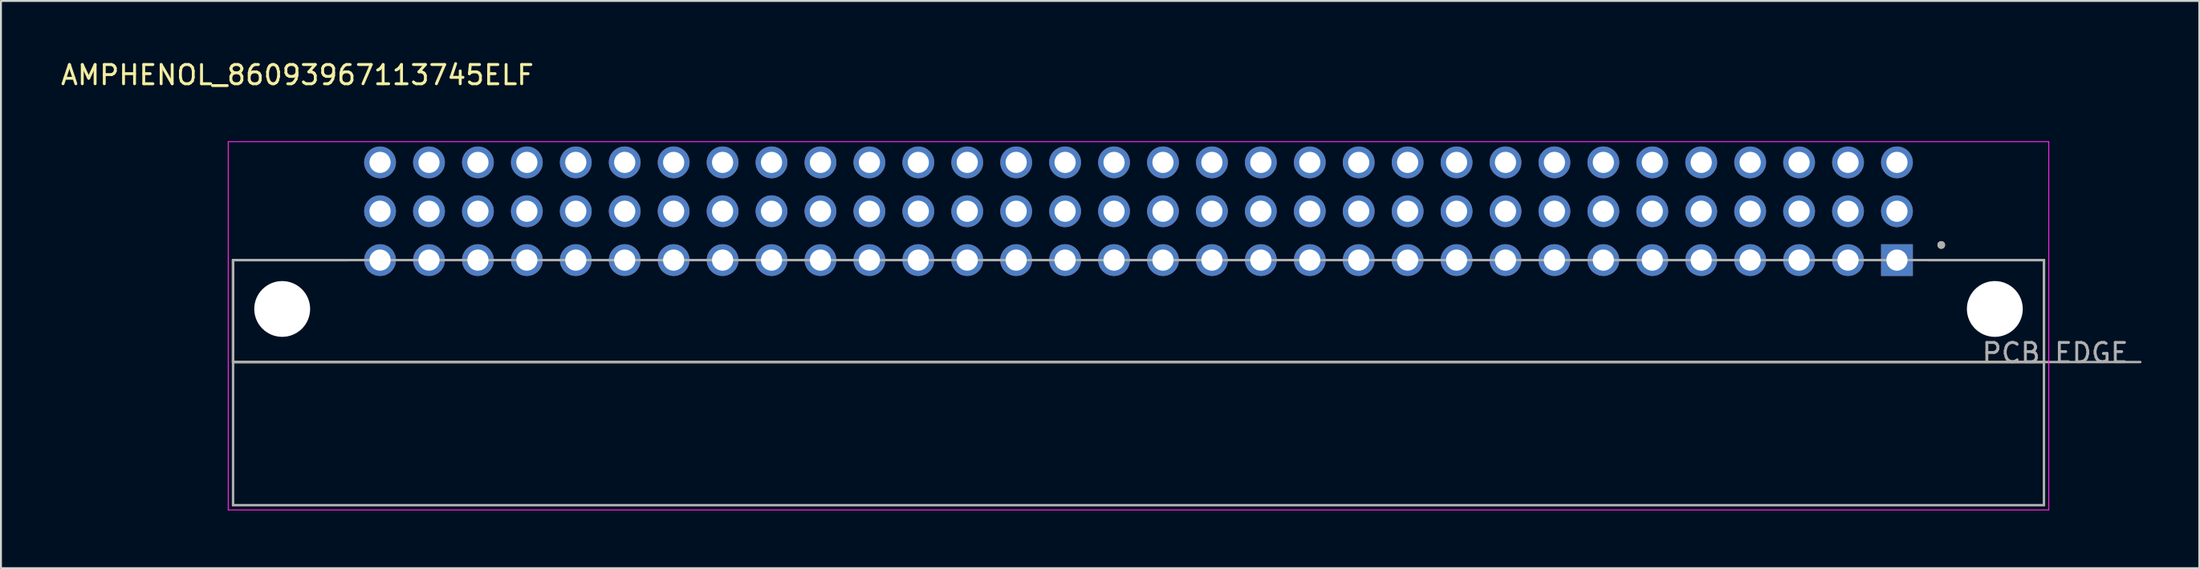
<source format=kicad_pcb>
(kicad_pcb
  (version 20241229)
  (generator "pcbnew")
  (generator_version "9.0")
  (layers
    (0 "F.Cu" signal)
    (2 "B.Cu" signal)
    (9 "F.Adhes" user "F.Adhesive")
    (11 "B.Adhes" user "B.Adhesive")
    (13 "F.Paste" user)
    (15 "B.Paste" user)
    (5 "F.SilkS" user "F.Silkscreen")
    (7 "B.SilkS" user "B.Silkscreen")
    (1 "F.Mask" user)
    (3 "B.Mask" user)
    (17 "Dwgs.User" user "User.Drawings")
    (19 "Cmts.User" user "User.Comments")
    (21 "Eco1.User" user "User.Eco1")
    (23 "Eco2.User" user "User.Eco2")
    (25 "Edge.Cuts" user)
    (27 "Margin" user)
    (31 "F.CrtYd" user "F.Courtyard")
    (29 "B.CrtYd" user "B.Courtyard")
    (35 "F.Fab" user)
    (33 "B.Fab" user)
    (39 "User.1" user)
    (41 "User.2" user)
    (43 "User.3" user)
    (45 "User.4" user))
  (footprint "AMPHENOL_86093967113745ELF"
    (layer "F.Cu")
    (at 16.678 5.392)
    (property "Reference" "AMPHENOL_86093967113745ELF" (at -4.291 -4.543 0) (layer "F.SilkS") (effects (font (size 1 1) (thickness 0.15))))
    (attr through_hole)
    (fp_line (start -7.63 5.08) (end -1.63 5.08) (stroke (width 0.127) (type solid)) (layer "F.SilkS"))
    (fp_line (start -7.63 10.38) (end -7.63 5.08) (stroke (width 0.127) (type solid)) (layer "F.SilkS"))
    (fp_line (start 86.37 5.08) (end 80.37 5.08) (stroke (width 0.127) (type solid)) (layer "F.SilkS"))
    (fp_line (start 86.37 5.08) (end 86.37 10.38) (stroke (width 0.127) (type solid)) (layer "F.SilkS"))
    (fp_line (start 86.37 10.38) (end -7.63 10.38) (stroke (width 0.127) (type solid)) (layer "F.SilkS"))
    (fp_circle (center 81.039 4.293) (end 81.139 4.293) (stroke (width 0.2) (type solid)) (fill no) (layer "F.SilkS"))
    (fp_line (start -7.88 -1.08) (end -7.88 18.07) (stroke (width 0.05) (type solid)) (layer "F.CrtYd"))
    (fp_line (start -7.88 18.07) (end 86.62 18.07) (stroke (width 0.05) (type solid)) (layer "F.CrtYd"))
    (fp_line (start 86.62 -1.08) (end -7.88 -1.08) (stroke (width 0.05) (type solid)) (layer "F.CrtYd"))
    (fp_line (start 86.62 18.07) (end 86.62 -1.08) (stroke (width 0.05) (type solid)) (layer "F.CrtYd"))
    (fp_line (start -7.63 5.08) (end 86.37 5.08) (stroke (width 0.127) (type solid)) (layer "F.Fab"))
    (fp_line (start -7.63 10.38) (end -7.63 5.08) (stroke (width 0.127) (type solid)) (layer "F.Fab"))
    (fp_line (start -7.63 10.38) (end -7.63 17.82) (stroke (width 0.127) (type solid)) (layer "F.Fab"))
    (fp_line (start -7.63 17.82) (end 86.37 17.82) (stroke (width 0.127) (type solid)) (layer "F.Fab"))
    (fp_line (start 86.37 5.08) (end 86.37 10.38) (stroke (width 0.127) (type solid)) (layer "F.Fab"))
    (fp_line (start 86.37 10.38) (end -7.63 10.38) (stroke (width 0.127) (type solid)) (layer "F.Fab"))
    (fp_line (start 86.37 10.38) (end 91.37 10.38) (stroke (width 0.127) (type solid)) (layer "F.Fab"))
    (fp_line (start 86.37 17.82) (end 86.37 10.38) (stroke (width 0.127) (type solid)) (layer "F.Fab"))
    (fp_circle (center 81.039 4.293) (end 81.139 4.293) (stroke (width 0.2) (type solid)) (fill no) (layer "F.Fab"))
    (fp_text user "PCB EDGE" (at 86.954 9.906 0) (layer "F.Fab") (effects (font (size 1 1) (thickness 0.15))))
    (pad "" np_thru_hole circle (at -5.08 7.62) (size 2.9 2.9) (drill 2.9) (layers "*.Cu" "*.Mask"))
    (pad "" np_thru_hole circle (at 83.82 7.62) (size 2.9 2.9) (drill 2.9) (layers "*.Cu" "*.Mask"))
    (pad "A1" thru_hole rect (at 78.74 5.08) (size 1.65 1.65) (drill 1.1) (layers "*.Cu" "*.Mask"))
    (pad "A2" thru_hole circle (at 76.2 5.08) (size 1.65 1.65) (drill 1.1) (layers "*.Cu" "*.Mask"))
    (pad "A3" thru_hole circle (at 73.66 5.08) (size 1.65 1.65) (drill 1.1) (layers "*.Cu" "*.Mask"))
    (pad "A4" thru_hole circle (at 71.12 5.08) (size 1.65 1.65) (drill 1.1) (layers "*.Cu" "*.Mask"))
    (pad "A5" thru_hole circle (at 68.58 5.08) (size 1.65 1.65) (drill 1.1) (layers "*.Cu" "*.Mask"))
    (pad "A6" thru_hole circle (at 66.04 5.08) (size 1.65 1.65) (drill 1.1) (layers "*.Cu" "*.Mask"))
    (pad "A7" thru_hole circle (at 63.5 5.08) (size 1.65 1.65) (drill 1.1) (layers "*.Cu" "*.Mask"))
    (pad "A8" thru_hole circle (at 60.96 5.08) (size 1.65 1.65) (drill 1.1) (layers "*.Cu" "*.Mask"))
    (pad "A9" thru_hole circle (at 58.42 5.08) (size 1.65 1.65) (drill 1.1) (layers "*.Cu" "*.Mask"))
    (pad "A10" thru_hole circle (at 55.88 5.08) (size 1.65 1.65) (drill 1.1) (layers "*.Cu" "*.Mask"))
    (pad "A11" thru_hole circle (at 53.34 5.08) (size 1.65 1.65) (drill 1.1) (layers "*.Cu" "*.Mask"))
    (pad "A12" thru_hole circle (at 50.8 5.08) (size 1.65 1.65) (drill 1.1) (layers "*.Cu" "*.Mask"))
    (pad "A13" thru_hole circle (at 48.26 5.08) (size 1.65 1.65) (drill 1.1) (layers "*.Cu" "*.Mask"))
    (pad "A14" thru_hole circle (at 45.72 5.08) (size 1.65 1.65) (drill 1.1) (layers "*.Cu" "*.Mask"))
    (pad "A15" thru_hole circle (at 43.18 5.08) (size 1.65 1.65) (drill 1.1) (layers "*.Cu" "*.Mask"))
    (pad "A16" thru_hole circle (at 40.64 5.08) (size 1.65 1.65) (drill 1.1) (layers "*.Cu" "*.Mask"))
    (pad "A17" thru_hole circle (at 38.1 5.08) (size 1.65 1.65) (drill 1.1) (layers "*.Cu" "*.Mask"))
    (pad "A18" thru_hole circle (at 35.56 5.08) (size 1.65 1.65) (drill 1.1) (layers "*.Cu" "*.Mask"))
    (pad "A19" thru_hole circle (at 33.02 5.08) (size 1.65 1.65) (drill 1.1) (layers "*.Cu" "*.Mask"))
    (pad "A20" thru_hole circle (at 30.48 5.08) (size 1.65 1.65) (drill 1.1) (layers "*.Cu" "*.Mask"))
    (pad "A21" thru_hole circle (at 27.94 5.08) (size 1.65 1.65) (drill 1.1) (layers "*.Cu" "*.Mask"))
    (pad "A22" thru_hole circle (at 25.4 5.08) (size 1.65 1.65) (drill 1.1) (layers "*.Cu" "*.Mask"))
    (pad "A23" thru_hole circle (at 22.86 5.08) (size 1.65 1.65) (drill 1.1) (layers "*.Cu" "*.Mask"))
    (pad "A24" thru_hole circle (at 20.32 5.08) (size 1.65 1.65) (drill 1.1) (layers "*.Cu" "*.Mask"))
    (pad "A25" thru_hole circle (at 17.78 5.08) (size 1.65 1.65) (drill 1.1) (layers "*.Cu" "*.Mask"))
    (pad "A26" thru_hole circle (at 15.24 5.08) (size 1.65 1.65) (drill 1.1) (layers "*.Cu" "*.Mask"))
    (pad "A27" thru_hole circle (at 12.7 5.08) (size 1.65 1.65) (drill 1.1) (layers "*.Cu" "*.Mask"))
    (pad "A28" thru_hole circle (at 10.16 5.08) (size 1.65 1.65) (drill 1.1) (layers "*.Cu" "*.Mask"))
    (pad "A29" thru_hole circle (at 7.62 5.08) (size 1.65 1.65) (drill 1.1) (layers "*.Cu" "*.Mask"))
    (pad "A30" thru_hole circle (at 5.08 5.08) (size 1.65 1.65) (drill 1.1) (layers "*.Cu" "*.Mask"))
    (pad "A31" thru_hole circle (at 2.54 5.08) (size 1.65 1.65) (drill 1.1) (layers "*.Cu" "*.Mask"))
    (pad "A32" thru_hole circle (at 0 5.08) (size 1.65 1.65) (drill 1.1) (layers "*.Cu" "*.Mask"))
    (pad "B1" thru_hole circle (at 78.74 2.54) (size 1.65 1.65) (drill 1.1) (layers "*.Cu" "*.Mask"))
    (pad "B2" thru_hole circle (at 76.2 2.54) (size 1.65 1.65) (drill 1.1) (layers "*.Cu" "*.Mask"))
    (pad "B3" thru_hole circle (at 73.66 2.54) (size 1.65 1.65) (drill 1.1) (layers "*.Cu" "*.Mask"))
    (pad "B4" thru_hole circle (at 71.12 2.54) (size 1.65 1.65) (drill 1.1) (layers "*.Cu" "*.Mask"))
    (pad "B5" thru_hole circle (at 68.58 2.54) (size 1.65 1.65) (drill 1.1) (layers "*.Cu" "*.Mask"))
    (pad "B6" thru_hole circle (at 66.04 2.54) (size 1.65 1.65) (drill 1.1) (layers "*.Cu" "*.Mask"))
    (pad "B7" thru_hole circle (at 63.5 2.54) (size 1.65 1.65) (drill 1.1) (layers "*.Cu" "*.Mask"))
    (pad "B8" thru_hole circle (at 60.96 2.54) (size 1.65 1.65) (drill 1.1) (layers "*.Cu" "*.Mask"))
    (pad "B9" thru_hole circle (at 58.42 2.54) (size 1.65 1.65) (drill 1.1) (layers "*.Cu" "*.Mask"))
    (pad "B10" thru_hole circle (at 55.88 2.54) (size 1.65 1.65) (drill 1.1) (layers "*.Cu" "*.Mask"))
    (pad "B11" thru_hole circle (at 53.34 2.54) (size 1.65 1.65) (drill 1.1) (layers "*.Cu" "*.Mask"))
    (pad "B12" thru_hole circle (at 50.8 2.54) (size 1.65 1.65) (drill 1.1) (layers "*.Cu" "*.Mask"))
    (pad "B13" thru_hole circle (at 48.26 2.54) (size 1.65 1.65) (drill 1.1) (layers "*.Cu" "*.Mask"))
    (pad "B14" thru_hole circle (at 45.72 2.54) (size 1.65 1.65) (drill 1.1) (layers "*.Cu" "*.Mask"))
    (pad "B15" thru_hole circle (at 43.18 2.54) (size 1.65 1.65) (drill 1.1) (layers "*.Cu" "*.Mask"))
    (pad "B16" thru_hole circle (at 40.64 2.54) (size 1.65 1.65) (drill 1.1) (layers "*.Cu" "*.Mask"))
    (pad "B17" thru_hole circle (at 38.1 2.54) (size 1.65 1.65) (drill 1.1) (layers "*.Cu" "*.Mask"))
    (pad "B18" thru_hole circle (at 35.56 2.54) (size 1.65 1.65) (drill 1.1) (layers "*.Cu" "*.Mask"))
    (pad "B19" thru_hole circle (at 33.02 2.54) (size 1.65 1.65) (drill 1.1) (layers "*.Cu" "*.Mask"))
    (pad "B20" thru_hole circle (at 30.48 2.54) (size 1.65 1.65) (drill 1.1) (layers "*.Cu" "*.Mask"))
    (pad "B21" thru_hole circle (at 27.94 2.54) (size 1.65 1.65) (drill 1.1) (layers "*.Cu" "*.Mask"))
    (pad "B22" thru_hole circle (at 25.4 2.54) (size 1.65 1.65) (drill 1.1) (layers "*.Cu" "*.Mask"))
    (pad "B23" thru_hole circle (at 22.86 2.54) (size 1.65 1.65) (drill 1.1) (layers "*.Cu" "*.Mask"))
    (pad "B24" thru_hole circle (at 20.32 2.54) (size 1.65 1.65) (drill 1.1) (layers "*.Cu" "*.Mask"))
    (pad "B25" thru_hole circle (at 17.78 2.54) (size 1.65 1.65) (drill 1.1) (layers "*.Cu" "*.Mask"))
    (pad "B26" thru_hole circle (at 15.24 2.54) (size 1.65 1.65) (drill 1.1) (layers "*.Cu" "*.Mask"))
    (pad "B27" thru_hole circle (at 12.7 2.54) (size 1.65 1.65) (drill 1.1) (layers "*.Cu" "*.Mask"))
    (pad "B28" thru_hole circle (at 10.16 2.54) (size 1.65 1.65) (drill 1.1) (layers "*.Cu" "*.Mask"))
    (pad "B29" thru_hole circle (at 7.62 2.54) (size 1.65 1.65) (drill 1.1) (layers "*.Cu" "*.Mask"))
    (pad "B30" thru_hole circle (at 5.08 2.54) (size 1.65 1.65) (drill 1.1) (layers "*.Cu" "*.Mask"))
    (pad "B31" thru_hole circle (at 2.54 2.54) (size 1.65 1.65) (drill 1.1) (layers "*.Cu" "*.Mask"))
    (pad "B32" thru_hole circle (at 0 2.54) (size 1.65 1.65) (drill 1.1) (layers "*.Cu" "*.Mask"))
    (pad "C1" thru_hole circle (at 78.74 0) (size 1.65 1.65) (drill 1.1) (layers "*.Cu" "*.Mask"))
    (pad "C2" thru_hole circle (at 76.2 0) (size 1.65 1.65) (drill 1.1) (layers "*.Cu" "*.Mask"))
    (pad "C3" thru_hole circle (at 73.66 0) (size 1.65 1.65) (drill 1.1) (layers "*.Cu" "*.Mask"))
    (pad "C4" thru_hole circle (at 71.12 0) (size 1.65 1.65) (drill 1.1) (layers "*.Cu" "*.Mask"))
    (pad "C5" thru_hole circle (at 68.58 0) (size 1.65 1.65) (drill 1.1) (layers "*.Cu" "*.Mask"))
    (pad "C6" thru_hole circle (at 66.04 0) (size 1.65 1.65) (drill 1.1) (layers "*.Cu" "*.Mask"))
    (pad "C7" thru_hole circle (at 63.5 0) (size 1.65 1.65) (drill 1.1) (layers "*.Cu" "*.Mask"))
    (pad "C8" thru_hole circle (at 60.96 0) (size 1.65 1.65) (drill 1.1) (layers "*.Cu" "*.Mask"))
    (pad "C9" thru_hole circle (at 58.42 0) (size 1.65 1.65) (drill 1.1) (layers "*.Cu" "*.Mask"))
    (pad "C10" thru_hole circle (at 55.88 0) (size 1.65 1.65) (drill 1.1) (layers "*.Cu" "*.Mask"))
    (pad "C11" thru_hole circle (at 53.34 0) (size 1.65 1.65) (drill 1.1) (layers "*.Cu" "*.Mask"))
    (pad "C12" thru_hole circle (at 50.8 0) (size 1.65 1.65) (drill 1.1) (layers "*.Cu" "*.Mask"))
    (pad "C13" thru_hole circle (at 48.26 0) (size 1.65 1.65) (drill 1.1) (layers "*.Cu" "*.Mask"))
    (pad "C14" thru_hole circle (at 45.72 0) (size 1.65 1.65) (drill 1.1) (layers "*.Cu" "*.Mask"))
    (pad "C15" thru_hole circle (at 43.18 0) (size 1.65 1.65) (drill 1.1) (layers "*.Cu" "*.Mask"))
    (pad "C16" thru_hole circle (at 40.64 0) (size 1.65 1.65) (drill 1.1) (layers "*.Cu" "*.Mask"))
    (pad "C17" thru_hole circle (at 38.1 0) (size 1.65 1.65) (drill 1.1) (layers "*.Cu" "*.Mask"))
    (pad "C18" thru_hole circle (at 35.56 0) (size 1.65 1.65) (drill 1.1) (layers "*.Cu" "*.Mask"))
    (pad "C19" thru_hole circle (at 33.02 0) (size 1.65 1.65) (drill 1.1) (layers "*.Cu" "*.Mask"))
    (pad "C20" thru_hole circle (at 30.48 0) (size 1.65 1.65) (drill 1.1) (layers "*.Cu" "*.Mask"))
    (pad "C21" thru_hole circle (at 27.94 0) (size 1.65 1.65) (drill 1.1) (layers "*.Cu" "*.Mask"))
    (pad "C22" thru_hole circle (at 25.4 0) (size 1.65 1.65) (drill 1.1) (layers "*.Cu" "*.Mask"))
    (pad "C23" thru_hole circle (at 22.86 0) (size 1.65 1.65) (drill 1.1) (layers "*.Cu" "*.Mask"))
    (pad "C24" thru_hole circle (at 20.32 0) (size 1.65 1.65) (drill 1.1) (layers "*.Cu" "*.Mask"))
    (pad "C25" thru_hole circle (at 17.78 0) (size 1.65 1.65) (drill 1.1) (layers "*.Cu" "*.Mask"))
    (pad "C26" thru_hole circle (at 15.24 0) (size 1.65 1.65) (drill 1.1) (layers "*.Cu" "*.Mask"))
    (pad "C27" thru_hole circle (at 12.7 0) (size 1.65 1.65) (drill 1.1) (layers "*.Cu" "*.Mask"))
    (pad "C28" thru_hole circle (at 10.16 0) (size 1.65 1.65) (drill 1.1) (layers "*.Cu" "*.Mask"))
    (pad "C29" thru_hole circle (at 7.62 0) (size 1.65 1.65) (drill 1.1) (layers "*.Cu" "*.Mask"))
    (pad "C30" thru_hole circle (at 5.08 0) (size 1.65 1.65) (drill 1.1) (layers "*.Cu" "*.Mask"))
    (pad "C31" thru_hole circle (at 2.54 0) (size 1.65 1.65) (drill 1.1) (layers "*.Cu" "*.Mask"))
    (pad "C32" thru_hole circle (at 0 0) (size 1.65 1.65) (drill 1.1) (layers "*.Cu" "*.Mask")))
  (gr_rect
    (start -3 -3)
    (end 111.111 26.487)
    (stroke (width 0.1) (type default))
    (fill no)
    (layer "Edge.Cuts")))
</source>
